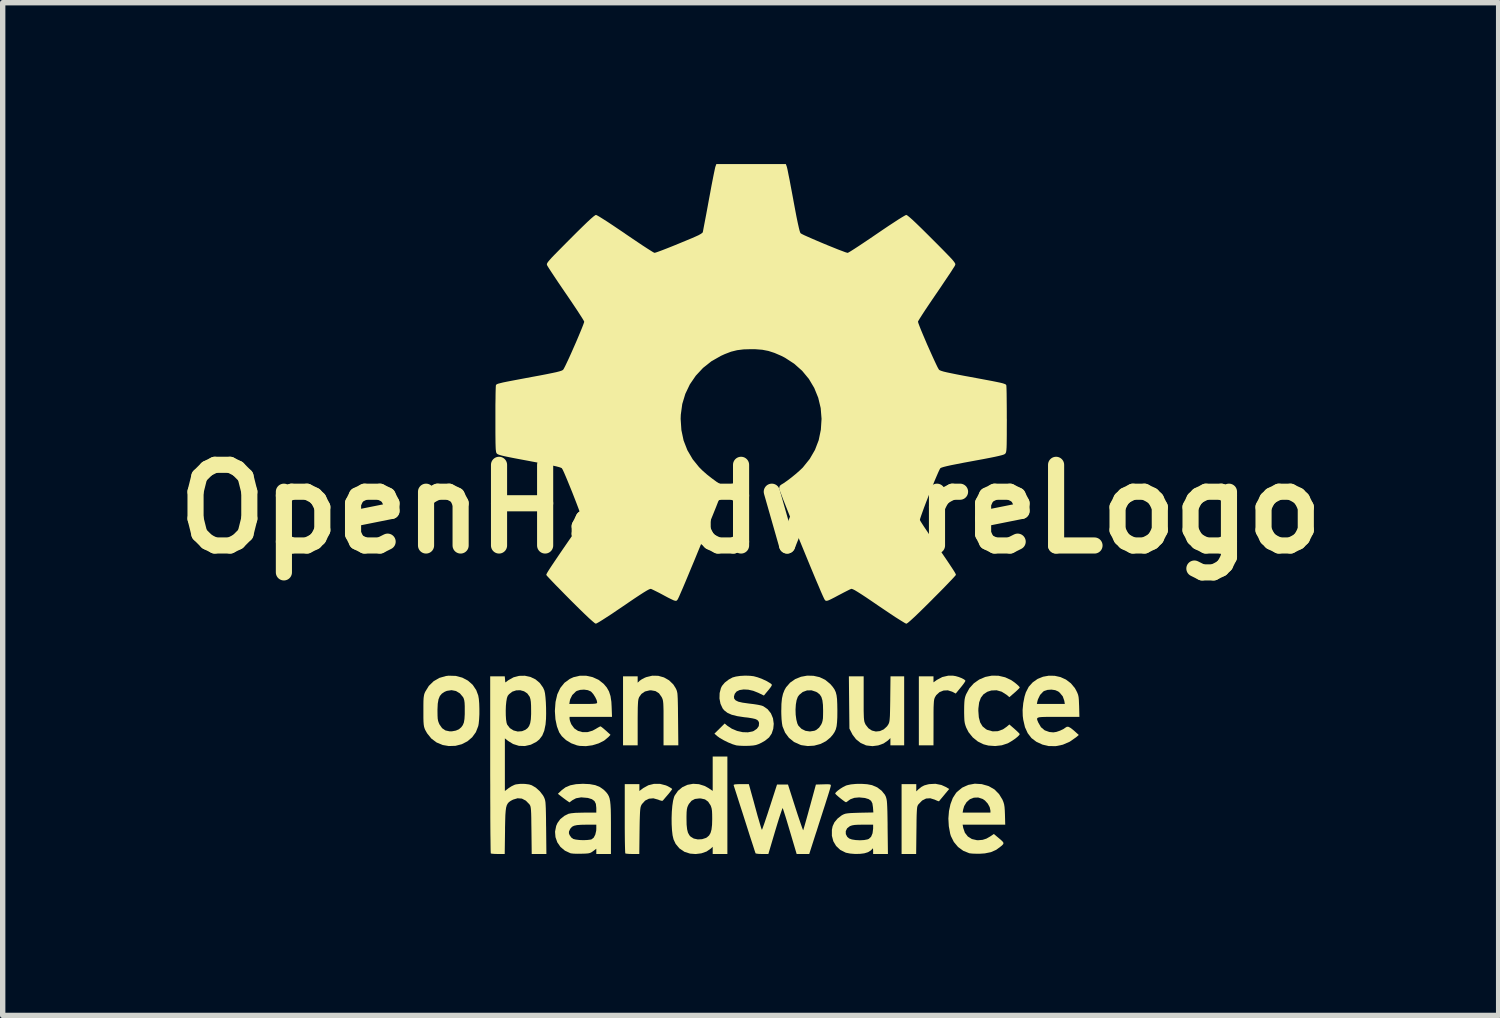
<source format=kicad_pcb>
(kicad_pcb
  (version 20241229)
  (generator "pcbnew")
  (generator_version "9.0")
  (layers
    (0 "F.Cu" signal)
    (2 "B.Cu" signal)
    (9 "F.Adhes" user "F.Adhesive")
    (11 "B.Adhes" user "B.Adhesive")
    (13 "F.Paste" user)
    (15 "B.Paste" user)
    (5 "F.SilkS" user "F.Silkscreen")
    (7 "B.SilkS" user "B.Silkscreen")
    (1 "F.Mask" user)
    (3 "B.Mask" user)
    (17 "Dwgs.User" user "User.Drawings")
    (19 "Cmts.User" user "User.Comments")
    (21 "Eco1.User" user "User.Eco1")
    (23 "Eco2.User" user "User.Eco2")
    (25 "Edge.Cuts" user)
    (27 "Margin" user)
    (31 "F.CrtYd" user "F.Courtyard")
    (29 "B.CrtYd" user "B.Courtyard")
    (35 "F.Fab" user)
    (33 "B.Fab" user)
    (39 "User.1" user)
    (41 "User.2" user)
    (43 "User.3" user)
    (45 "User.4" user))
  (footprint "OpenHardwareLogo"
    (layer "F.Cu")
    (at 10.907 6.414)
    (property "Reference" "OpenHardwareLogo" (at 0 0 0) (layer "F.SilkS") (effects (font (size 1.5 1.5) (thickness 0.3))))
    (attr board_only exclude_from_pos_files exclude_from_bom)
    (fp_poly (pts (xy 3.812 3.107) (xy 3.871 3.124) (xy 3.926 3.146) (xy 3.969 3.169) (xy 3.991 3.189) (xy 3.993 3.195) (xy 3.983 3.214) (xy 3.958 3.251) (xy 3.921 3.299) (xy 3.903 3.321) (xy 3.813 3.431) (xy 3.748 3.397) (xy 3.666 3.371) (xy 3.585 3.375) (xy 3.511 3.405) (xy 3.451 3.46) (xy 3.428 3.497) (xy 3.419 3.517) (xy 3.412 3.542) (xy 3.407 3.577) (xy 3.404 3.625) (xy 3.401 3.69) (xy 3.4 3.777) (xy 3.4 3.889) (xy 3.4 3.973) (xy 3.399 4.394) (xy 3.263 4.394) (xy 3.127 4.394) (xy 3.127 3.752) (xy 3.127 3.111) (xy 3.263 3.111) (xy 3.399 3.111) (xy 3.399 3.167) (xy 3.399 3.223) (xy 3.463 3.177) (xy 3.563 3.124) (xy 3.676 3.098) (xy 3.757 3.098)) (stroke (width 0) (type solid)) (fill yes) (layer "F.SilkS"))
    (fp_poly (pts (xy 3.546 5.131) (xy 3.63 5.169) (xy 3.691 5.206) (xy 3.598 5.317) (xy 3.557 5.367) (xy 3.524 5.406) (xy 3.505 5.43) (xy 3.502 5.434) (xy 3.486 5.431) (xy 3.451 5.417) (xy 3.423 5.404) (xy 3.339 5.378) (xy 3.261 5.383) (xy 3.188 5.42) (xy 3.121 5.489) (xy 3.12 5.49) (xy 3.11 5.505) (xy 3.102 5.522) (xy 3.096 5.546) (xy 3.092 5.581) (xy 3.089 5.63) (xy 3.086 5.697) (xy 3.084 5.787) (xy 3.083 5.902) (xy 3.082 5.974) (xy 3.077 6.414) (xy 2.942 6.414) (xy 2.806 6.414) (xy 2.806 5.765) (xy 2.806 5.115) (xy 2.942 5.115) (xy 3.079 5.115) (xy 3.079 5.182) (xy 3.079 5.25) (xy 3.123 5.208) (xy 3.174 5.167) (xy 3.227 5.139) (xy 3.296 5.12) (xy 3.323 5.115) (xy 3.435 5.109)) (stroke (width 0) (type solid)) (fill yes) (layer "F.SilkS"))
    (fp_poly (pts (xy 2.101 3.525) (xy 2.101 3.652) (xy 2.101 3.75) (xy 2.103 3.825) (xy 2.105 3.881) (xy 2.109 3.922) (xy 2.114 3.952) (xy 2.122 3.976) (xy 2.132 3.998) (xy 2.137 4.009) (xy 2.189 4.076) (xy 2.254 4.119) (xy 2.328 4.137) (xy 2.403 4.129) (xy 2.474 4.097) (xy 2.536 4.04) (xy 2.557 4.009) (xy 2.567 3.99) (xy 2.575 3.968) (xy 2.581 3.94) (xy 2.585 3.901) (xy 2.589 3.847) (xy 2.591 3.774) (xy 2.593 3.677) (xy 2.595 3.554) (xy 2.595 3.532) (xy 2.6 3.111) (xy 2.727 3.111) (xy 2.854 3.111) (xy 2.854 3.752) (xy 2.854 4.394) (xy 2.726 4.394) (xy 2.598 4.394) (xy 2.598 4.327) (xy 2.598 4.259) (xy 2.554 4.302) (xy 2.472 4.359) (xy 2.373 4.395) (xy 2.265 4.409) (xy 2.158 4.397) (xy 2.139 4.392) (xy 2.044 4.349) (xy 1.959 4.281) (xy 1.894 4.196) (xy 1.885 4.178) (xy 1.836 4.083) (xy 1.831 3.597) (xy 1.826 3.111) (xy 1.963 3.111) (xy 2.101 3.111)) (stroke (width 0) (type solid)) (fill yes) (layer "F.SilkS"))
    (fp_poly (pts (xy -1.686 5.11) (xy -1.578 5.138) (xy -1.543 5.153) (xy -1.498 5.178) (xy -1.468 5.197) (xy -1.459 5.207) (xy -1.469 5.223) (xy -1.495 5.257) (xy -1.531 5.302) (xy -1.542 5.314) (xy -1.583 5.362) (xy -1.615 5.4) (xy -1.634 5.422) (xy -1.636 5.424) (xy -1.655 5.425) (xy -1.693 5.415) (xy -1.722 5.403) (xy -1.809 5.379) (xy -1.891 5.386) (xy -1.963 5.422) (xy -2.021 5.486) (xy -2.033 5.506) (xy -2.041 5.525) (xy -2.048 5.55) (xy -2.053 5.586) (xy -2.057 5.636) (xy -2.06 5.704) (xy -2.063 5.794) (xy -2.065 5.91) (xy -2.066 5.985) (xy -2.071 6.414) (xy -2.195 6.414) (xy -2.256 6.413) (xy -2.303 6.409) (xy -2.329 6.405) (xy -2.33 6.403) (xy -2.333 6.386) (xy -2.335 6.339) (xy -2.337 6.268) (xy -2.339 6.174) (xy -2.34 6.063) (xy -2.341 5.937) (xy -2.341 5.8) (xy -2.341 5.754) (xy -2.341 5.115) (xy -2.205 5.115) (xy -2.069 5.115) (xy -2.069 5.179) (xy -2.069 5.243) (xy -1.996 5.188) (xy -1.902 5.136) (xy -1.797 5.11)) (stroke (width 0) (type solid)) (fill yes) (layer "F.SilkS"))
    (fp_poly (pts (xy -1.719 3.101) (xy -1.612 3.131) (xy -1.517 3.185) (xy -1.438 3.262) (xy -1.395 3.33) (xy -1.384 3.352) (xy -1.375 3.374) (xy -1.368 3.399) (xy -1.362 3.43) (xy -1.359 3.472) (xy -1.356 3.529) (xy -1.354 3.604) (xy -1.352 3.702) (xy -1.351 3.826) (xy -1.35 3.901) (xy -1.345 4.394) (xy -1.482 4.394) (xy -1.62 4.394) (xy -1.62 3.98) (xy -1.62 3.854) (xy -1.62 3.755) (xy -1.622 3.68) (xy -1.624 3.624) (xy -1.628 3.583) (xy -1.633 3.552) (xy -1.641 3.527) (xy -1.651 3.505) (xy -1.656 3.495) (xy -1.705 3.426) (xy -1.77 3.385) (xy -1.851 3.371) (xy -1.881 3.372) (xy -1.966 3.393) (xy -2.031 3.438) (xy -2.073 3.497) (xy -2.081 3.517) (xy -2.088 3.542) (xy -2.093 3.577) (xy -2.096 3.625) (xy -2.099 3.69) (xy -2.1 3.777) (xy -2.101 3.889) (xy -2.101 3.973) (xy -2.101 4.394) (xy -2.237 4.394) (xy -2.373 4.394) (xy -2.373 3.752) (xy -2.373 3.111) (xy -2.237 3.111) (xy -2.101 3.111) (xy -2.101 3.17) (xy -2.101 3.229) (xy -2.063 3.193) (xy -2.026 3.167) (xy -1.973 3.139) (xy -1.942 3.126) (xy -1.83 3.099)) (stroke (width 0) (type solid)) (fill yes) (layer "F.SilkS"))
    (fp_poly (pts (xy 4.608 3.1) (xy 4.732 3.129) (xy 4.842 3.18) (xy 4.887 3.211) (xy 4.933 3.246) (xy 4.973 3.281) (xy 4.998 3.308) (xy 5.003 3.319) (xy 4.992 3.334) (xy 4.962 3.364) (xy 4.919 3.404) (xy 4.907 3.414) (xy 4.81 3.498) (xy 4.758 3.454) (xy 4.668 3.397) (xy 4.573 3.37) (xy 4.475 3.374) (xy 4.4 3.398) (xy 4.33 3.444) (xy 4.28 3.509) (xy 4.248 3.596) (xy 4.234 3.708) (xy 4.233 3.752) (xy 4.242 3.873) (xy 4.267 3.968) (xy 4.311 4.041) (xy 4.374 4.093) (xy 4.4 4.107) (xy 4.498 4.134) (xy 4.595 4.131) (xy 4.69 4.097) (xy 4.758 4.05) (xy 4.81 4.006) (xy 4.907 4.09) (xy 4.952 4.131) (xy 4.986 4.164) (xy 5.002 4.184) (xy 5.003 4.186) (xy 4.99 4.207) (xy 4.957 4.239) (xy 4.91 4.276) (xy 4.855 4.313) (xy 4.801 4.345) (xy 4.779 4.357) (xy 4.669 4.393) (xy 4.546 4.407) (xy 4.42 4.398) (xy 4.33 4.375) (xy 4.224 4.323) (xy 4.129 4.246) (xy 4.052 4.151) (xy 4.008 4.065) (xy 3.992 4.021) (xy 3.981 3.98) (xy 3.974 3.933) (xy 3.971 3.872) (xy 3.969 3.79) (xy 3.969 3.752) (xy 3.97 3.66) (xy 3.973 3.592) (xy 3.978 3.54) (xy 3.987 3.497) (xy 4.001 3.456) (xy 4.006 3.444) (xy 4.067 3.332) (xy 4.15 3.24) (xy 4.25 3.17) (xy 4.363 3.122) (xy 4.484 3.098)) (stroke (width 0) (type solid)) (fill yes) (layer "F.SilkS"))
    (fp_poly (pts (xy 4.296 5.115) (xy 4.3 5.116) (xy 4.427 5.153) (xy 4.533 5.214) (xy 4.618 5.3) (xy 4.681 5.403) (xy 4.699 5.447) (xy 4.712 5.49) (xy 4.72 5.54) (xy 4.725 5.606) (xy 4.728 5.681) (xy 4.733 5.869) (xy 4.337 5.869) (xy 3.941 5.869) (xy 3.952 5.929) (xy 3.983 6.019) (xy 4.038 6.089) (xy 4.113 6.136) (xy 4.205 6.157) (xy 4.232 6.158) (xy 4.313 6.151) (xy 4.384 6.128) (xy 4.459 6.085) (xy 4.461 6.083) (xy 4.521 6.042) (xy 4.599 6.107) (xy 4.655 6.154) (xy 4.688 6.187) (xy 4.701 6.21) (xy 4.695 6.231) (xy 4.673 6.255) (xy 4.655 6.27) (xy 4.565 6.337) (xy 4.467 6.38) (xy 4.354 6.403) (xy 4.265 6.409) (xy 4.193 6.409) (xy 4.127 6.407) (xy 4.079 6.402) (xy 4.065 6.4) (xy 3.953 6.355) (xy 3.856 6.284) (xy 3.778 6.191) (xy 3.723 6.081) (xy 3.71 6.039) (xy 3.684 5.898) (xy 3.676 5.755) (xy 3.685 5.644) (xy 3.941 5.644) (xy 4.199 5.644) (xy 4.458 5.644) (xy 4.458 5.608) (xy 4.444 5.543) (xy 4.408 5.477) (xy 4.356 5.42) (xy 4.314 5.391) (xy 4.231 5.364) (xy 4.15 5.367) (xy 4.076 5.396) (xy 4.015 5.449) (xy 3.97 5.523) (xy 3.952 5.584) (xy 3.941 5.644) (xy 3.685 5.644) (xy 3.687 5.616) (xy 3.715 5.487) (xy 3.758 5.373) (xy 3.818 5.28) (xy 3.835 5.261) (xy 3.932 5.181) (xy 4.044 5.13) (xy 4.167 5.107)) (stroke (width 0) (type solid)) (fill yes) (layer "F.SilkS"))
    (fp_poly (pts (xy -0.433 5.508) (xy -0.433 6.414) (xy -0.569 6.414) (xy -0.706 6.414) (xy -0.706 6.347) (xy -0.706 6.28) (xy -0.742 6.314) (xy -0.82 6.368) (xy -0.917 6.402) (xy -1.022 6.415) (xy -1.127 6.407) (xy -1.225 6.376) (xy -1.232 6.373) (xy -1.325 6.31) (xy -1.395 6.226) (xy -1.434 6.142) (xy -1.452 6.066) (xy -1.463 5.97) (xy -1.469 5.86) (xy -1.47 5.757) (xy -1.193 5.757) (xy -1.191 5.868) (xy -1.182 5.953) (xy -1.166 6.017) (xy -1.141 6.064) (xy -1.117 6.091) (xy -1.058 6.127) (xy -0.983 6.143) (xy -0.904 6.139) (xy -0.83 6.115) (xy -0.812 6.104) (xy -0.773 6.07) (xy -0.746 6.023) (xy -0.728 5.959) (xy -0.718 5.872) (xy -0.715 5.765) (xy -0.716 5.677) (xy -0.719 5.613) (xy -0.726 5.567) (xy -0.737 5.531) (xy -0.746 5.509) (xy -0.792 5.44) (xy -0.849 5.399) (xy -0.925 5.382) (xy -0.954 5.381) (xy -1.036 5.391) (xy -1.099 5.424) (xy -1.148 5.483) (xy -1.162 5.509) (xy -1.177 5.544) (xy -1.186 5.584) (xy -1.191 5.636) (xy -1.193 5.709) (xy -1.193 5.757) (xy -1.47 5.757) (xy -1.47 5.744) (xy -1.466 5.628) (xy -1.457 5.52) (xy -1.443 5.426) (xy -1.424 5.353) (xy -1.413 5.328) (xy -1.351 5.239) (xy -1.27 5.172) (xy -1.175 5.128) (xy -1.07 5.109) (xy -0.962 5.116) (xy -0.856 5.149) (xy -0.785 5.188) (xy -0.706 5.241) (xy -0.706 4.922) (xy -0.706 4.602) (xy -0.569 4.602) (xy -0.433 4.602)) (stroke (width 0) (type solid)) (fill yes) (layer "F.SilkS"))
    (fp_poly (pts (xy 5.653 3.101) (xy 5.761 3.125) (xy 5.862 3.171) (xy 5.953 3.24) (xy 6.028 3.33) (xy 6.053 3.375) (xy 6.074 3.418) (xy 6.088 3.455) (xy 6.097 3.497) (xy 6.102 3.549) (xy 6.105 3.622) (xy 6.107 3.667) (xy 6.112 3.865) (xy 5.718 3.865) (xy 5.592 3.864) (xy 5.494 3.865) (xy 5.422 3.867) (xy 5.372 3.871) (xy 5.342 3.879) (xy 5.327 3.891) (xy 5.325 3.909) (xy 5.332 3.933) (xy 5.345 3.964) (xy 5.349 3.973) (xy 5.398 4.057) (xy 5.467 4.115) (xy 5.554 4.146) (xy 5.628 4.153) (xy 5.685 4.144) (xy 5.752 4.121) (xy 5.816 4.09) (xy 5.855 4.063) (xy 5.881 4.048) (xy 5.911 4.05) (xy 5.951 4.072) (xy 6.005 4.115) (xy 6.021 4.129) (xy 6.101 4.201) (xy 6.053 4.242) (xy 5.933 4.326) (xy 5.804 4.382) (xy 5.671 4.409) (xy 5.538 4.407) (xy 5.425 4.38) (xy 5.312 4.328) (xy 5.221 4.259) (xy 5.151 4.168) (xy 5.1 4.056) (xy 5.068 3.918) (xy 5.059 3.848) (xy 5.056 3.735) (xy 5.067 3.624) (xy 5.321 3.624) (xy 5.581 3.624) (xy 5.841 3.624) (xy 5.831 3.564) (xy 5.803 3.484) (xy 5.746 3.415) (xy 5.718 3.392) (xy 5.663 3.368) (xy 5.593 3.358) (xy 5.52 3.363) (xy 5.458 3.383) (xy 5.441 3.393) (xy 5.381 3.457) (xy 5.341 3.54) (xy 5.332 3.572) (xy 5.321 3.624) (xy 5.067 3.624) (xy 5.068 3.61) (xy 5.092 3.488) (xy 5.116 3.41) (xy 5.17 3.305) (xy 5.245 3.222) (xy 5.335 3.159) (xy 5.436 3.118) (xy 5.543 3.099)) (stroke (width 0) (type solid)) (fill yes) (layer "F.SilkS"))
    (fp_poly (pts (xy -3.057 3.1) (xy -2.938 3.126) (xy -2.828 3.176) (xy -2.735 3.249) (xy -2.735 3.249) (xy -2.676 3.318) (xy -2.634 3.392) (xy -2.606 3.478) (xy -2.59 3.584) (xy -2.585 3.676) (xy -2.578 3.865) (xy -2.973 3.865) (xy -3.367 3.865) (xy -3.367 3.901) (xy -3.36 3.937) (xy -3.342 3.986) (xy -3.331 4.009) (xy -3.279 4.079) (xy -3.209 4.126) (xy -3.125 4.149) (xy -3.034 4.148) (xy -2.94 4.121) (xy -2.886 4.092) (xy -2.841 4.065) (xy -2.806 4.046) (xy -2.792 4.041) (xy -2.775 4.051) (xy -2.742 4.077) (xy -2.698 4.115) (xy -2.693 4.119) (xy -2.606 4.198) (xy -2.646 4.241) (xy -2.726 4.307) (xy -2.828 4.358) (xy -2.943 4.393) (xy -3.063 4.409) (xy -3.181 4.404) (xy -3.231 4.394) (xy -3.337 4.355) (xy -3.434 4.296) (xy -3.512 4.223) (xy -3.56 4.153) (xy -3.602 4.042) (xy -3.63 3.909) (xy -3.64 3.762) (xy -3.64 3.75) (xy -3.631 3.624) (xy -3.372 3.624) (xy -3.113 3.624) (xy -3.016 3.624) (xy -2.947 3.623) (xy -2.901 3.62) (xy -2.873 3.616) (xy -2.859 3.609) (xy -2.855 3.6) (xy -2.854 3.595) (xy -2.864 3.552) (xy -2.89 3.498) (xy -2.924 3.444) (xy -2.961 3.402) (xy -2.972 3.392) (xy -3.027 3.368) (xy -3.098 3.358) (xy -3.171 3.363) (xy -3.232 3.382) (xy -3.249 3.392) (xy -3.317 3.459) (xy -3.355 3.535) (xy -3.362 3.564) (xy -3.372 3.624) (xy -3.631 3.624) (xy -3.628 3.586) (xy -3.595 3.445) (xy -3.539 3.327) (xy -3.462 3.231) (xy -3.363 3.159) (xy -3.294 3.127) (xy -3.178 3.1)) (stroke (width 0) (type solid)) (fill yes) (layer "F.SilkS"))
    (fp_poly (pts (xy 1.168 3.101) (xy 1.281 3.126) (xy 1.386 3.176) (xy 1.476 3.25) (xy 1.484 3.258) (xy 1.527 3.308) (xy 1.559 3.355) (xy 1.582 3.405) (xy 1.597 3.463) (xy 1.606 3.535) (xy 1.61 3.627) (xy 1.612 3.745) (xy 1.612 3.752) (xy 1.611 3.872) (xy 1.606 3.965) (xy 1.598 4.038) (xy 1.583 4.097) (xy 1.56 4.147) (xy 1.529 4.194) (xy 1.486 4.244) (xy 1.484 4.247) (xy 1.399 4.317) (xy 1.296 4.369) (xy 1.18 4.4) (xy 1.061 4.407) (xy 0.945 4.391) (xy 0.923 4.384) (xy 0.807 4.332) (xy 0.712 4.255) (xy 0.64 4.158) (xy 0.593 4.043) (xy 0.591 4.036) (xy 0.582 3.983) (xy 0.574 3.906) (xy 0.57 3.816) (xy 0.569 3.752) (xy 0.57 3.729) (xy 0.834 3.729) (xy 0.837 3.825) (xy 0.849 3.915) (xy 0.868 3.989) (xy 0.887 4.028) (xy 0.945 4.087) (xy 1.019 4.124) (xy 1.102 4.136) (xy 1.185 4.123) (xy 1.219 4.108) (xy 1.272 4.065) (xy 1.311 4.008) (xy 1.327 3.973) (xy 1.337 3.936) (xy 1.344 3.891) (xy 1.346 3.828) (xy 1.347 3.753) (xy 1.344 3.642) (xy 1.334 3.558) (xy 1.315 3.495) (xy 1.285 3.449) (xy 1.243 3.414) (xy 1.217 3.399) (xy 1.132 3.371) (xy 1.047 3.373) (xy 0.968 3.402) (xy 0.903 3.456) (xy 0.876 3.493) (xy 0.854 3.554) (xy 0.84 3.635) (xy 0.834 3.729) (xy 0.57 3.729) (xy 0.572 3.624) (xy 0.582 3.521) (xy 0.601 3.437) (xy 0.629 3.366) (xy 0.658 3.315) (xy 0.734 3.228) (xy 0.829 3.162) (xy 0.936 3.119) (xy 1.051 3.098)) (stroke (width 0) (type solid)) (fill yes) (layer "F.SilkS"))
    (fp_poly (pts (xy -5.483 3.103) (xy -5.362 3.135) (xy -5.256 3.191) (xy -5.168 3.269) (xy -5.102 3.368) (xy -5.065 3.468) (xy -5.054 3.531) (xy -5.047 3.617) (xy -5.044 3.715) (xy -5.044 3.817) (xy -5.049 3.913) (xy -5.057 3.993) (xy -5.065 4.036) (xy -5.109 4.149) (xy -5.178 4.244) (xy -5.266 4.319) (xy -5.371 4.373) (xy -5.488 4.403) (xy -5.613 4.407) (xy -5.725 4.388) (xy -5.839 4.341) (xy -5.937 4.268) (xy -6.016 4.17) (xy -6.052 4.106) (xy -6.064 4.076) (xy -6.073 4.045) (xy -6.079 4.007) (xy -6.083 3.955) (xy -6.085 3.885) (xy -6.085 3.791) (xy -6.085 3.755) (xy -5.823 3.755) (xy -5.822 3.838) (xy -5.819 3.897) (xy -5.811 3.941) (xy -5.798 3.978) (xy -5.786 4.005) (xy -5.737 4.075) (xy -5.675 4.117) (xy -5.596 4.134) (xy -5.552 4.133) (xy -5.482 4.12) (xy -5.428 4.097) (xy -5.423 4.094) (xy -5.381 4.058) (xy -5.352 4.018) (xy -5.332 3.969) (xy -5.321 3.903) (xy -5.316 3.815) (xy -5.316 3.752) (xy -5.316 3.665) (xy -5.319 3.602) (xy -5.325 3.558) (xy -5.334 3.526) (xy -5.347 3.498) (xy -5.348 3.497) (xy -5.406 3.428) (xy -5.479 3.384) (xy -5.561 3.368) (xy -5.648 3.381) (xy -5.691 3.399) (xy -5.742 3.433) (xy -5.779 3.477) (xy -5.804 3.538) (xy -5.818 3.619) (xy -5.823 3.725) (xy -5.823 3.755) (xy -6.085 3.755) (xy -6.085 3.752) (xy -6.085 3.649) (xy -6.084 3.571) (xy -6.081 3.514) (xy -6.075 3.472) (xy -6.068 3.439) (xy -6.056 3.409) (xy -6.051 3.398) (xy -5.984 3.289) (xy -5.895 3.202) (xy -5.788 3.14) (xy -5.666 3.105) (xy -5.615 3.099)) (stroke (width 0) (type solid)) (fill yes) (layer "F.SilkS"))
    (fp_poly (pts (xy -2.992 5.115) (xy -2.889 5.134) (xy -2.805 5.168) (xy -2.733 5.219) (xy -2.708 5.243) (xy -2.679 5.274) (xy -2.656 5.305) (xy -2.637 5.34) (xy -2.623 5.381) (xy -2.613 5.433) (xy -2.606 5.5) (xy -2.601 5.584) (xy -2.599 5.691) (xy -2.598 5.823) (xy -2.598 5.95) (xy -2.598 6.414) (xy -2.734 6.414) (xy -2.87 6.414) (xy -2.87 6.365) (xy -2.87 6.316) (xy -2.929 6.361) (xy -2.958 6.381) (xy -2.987 6.395) (xy -3.023 6.403) (xy -3.075 6.407) (xy -3.149 6.409) (xy -3.223 6.41) (xy -3.288 6.408) (xy -3.335 6.403) (xy -3.351 6.4) (xy -3.454 6.352) (xy -3.536 6.283) (xy -3.595 6.198) (xy -3.629 6.101) (xy -3.635 6.029) (xy -3.379 6.029) (xy -3.367 6.062) (xy -3.333 6.11) (xy -3.297 6.135) (xy -3.251 6.146) (xy -3.185 6.154) (xy -3.11 6.157) (xy -3.038 6.154) (xy -2.98 6.147) (xy -2.959 6.142) (xy -2.918 6.11) (xy -2.889 6.054) (xy -2.872 5.981) (xy -2.87 5.942) (xy -2.87 5.869) (xy -3.052 5.869) (xy -3.154 5.871) (xy -3.23 5.877) (xy -3.284 5.889) (xy -3.321 5.908) (xy -3.348 5.937) (xy -3.36 5.956) (xy -3.378 5.997) (xy -3.379 6.029) (xy -3.635 6.029) (xy -3.637 5.998) (xy -3.616 5.892) (xy -3.592 5.838) (xy -3.539 5.765) (xy -3.464 5.705) (xy -3.388 5.667) (xy -3.338 5.657) (xy -3.258 5.649) (xy -3.15 5.646) (xy -3.099 5.645) (xy -2.87 5.644) (xy -2.87 5.557) (xy -2.878 5.482) (xy -2.904 5.43) (xy -2.952 5.395) (xy -3.027 5.372) (xy -3.036 5.371) (xy -3.151 5.361) (xy -3.247 5.378) (xy -3.316 5.415) (xy -3.369 5.455) (xy -3.428 5.414) (xy -3.479 5.377) (xy -3.527 5.34) (xy -3.536 5.333) (xy -3.584 5.295) (xy -3.515 5.229) (xy -3.442 5.174) (xy -3.354 5.137) (xy -3.247 5.116) (xy -3.119 5.109)) (stroke (width 0) (type solid)) (fill yes) (layer "F.SilkS"))
    (fp_poly (pts (xy -0.011 3.101) (xy 0.056 3.109) (xy 0.13 3.129) (xy 0.213 3.16) (xy 0.295 3.198) (xy 0.361 3.237) (xy 0.375 3.247) (xy 0.388 3.258) (xy 0.394 3.27) (xy 0.389 3.286) (xy 0.372 3.313) (xy 0.34 3.355) (xy 0.289 3.416) (xy 0.284 3.422) (xy 0.246 3.468) (xy 0.143 3.418) (xy 0.048 3.38) (xy -0.045 3.359) (xy -0.131 3.355) (xy -0.206 3.366) (xy -0.263 3.394) (xy -0.296 3.436) (xy -0.311 3.487) (xy -0.306 3.526) (xy -0.28 3.557) (xy -0.23 3.582) (xy -0.152 3.6) (xy -0.046 3.615) (xy -0.023 3.618) (xy 0.06 3.628) (xy 0.136 3.64) (xy 0.196 3.653) (xy 0.232 3.665) (xy 0.314 3.721) (xy 0.376 3.798) (xy 0.415 3.891) (xy 0.429 3.994) (xy 0.42 4.086) (xy 0.391 4.175) (xy 0.342 4.247) (xy 0.268 4.307) (xy 0.204 4.344) (xy 0.147 4.371) (xy 0.098 4.388) (xy 0.046 4.397) (xy -0.021 4.402) (xy -0.052 4.403) (xy -0.128 4.404) (xy -0.201 4.401) (xy -0.258 4.396) (xy -0.272 4.393) (xy -0.338 4.373) (xy -0.418 4.34) (xy -0.501 4.299) (xy -0.574 4.257) (xy -0.622 4.222) (xy -0.674 4.177) (xy -0.579 4.083) (xy -0.483 3.988) (xy -0.435 4.029) (xy -0.35 4.085) (xy -0.252 4.126) (xy -0.149 4.149) (xy -0.051 4.152) (xy 0.036 4.135) (xy 0.056 4.127) (xy 0.116 4.086) (xy 0.151 4.036) (xy 0.156 3.98) (xy 0.155 3.972) (xy 0.143 3.943) (xy 0.121 3.921) (xy 0.085 3.904) (xy 0.028 3.891) (xy -0.052 3.878) (xy -0.119 3.871) (xy -0.25 3.851) (xy -0.353 3.825) (xy -0.433 3.789) (xy -0.492 3.743) (xy -0.522 3.706) (xy -0.561 3.621) (xy -0.58 3.523) (xy -0.577 3.422) (xy -0.553 3.329) (xy -0.533 3.289) (xy -0.481 3.227) (xy -0.407 3.17) (xy -0.337 3.132) (xy -0.275 3.115) (xy -0.193 3.103) (xy -0.101 3.098)) (stroke (width 0) (type solid)) (fill yes) (layer "F.SilkS"))
    (fp_poly (pts (xy -0.017 5.175) (xy -0.008 5.208) (xy 0.008 5.266) (xy 0.03 5.345) (xy 0.056 5.438) (xy 0.084 5.542) (xy 0.1 5.6) (xy 0.128 5.703) (xy 0.155 5.794) (xy 0.177 5.87) (xy 0.194 5.927) (xy 0.206 5.959) (xy 0.209 5.965) (xy 0.216 5.951) (xy 0.231 5.909) (xy 0.254 5.845) (xy 0.282 5.762) (xy 0.315 5.664) (xy 0.35 5.555) (xy 0.354 5.544) (xy 0.49 5.123) (xy 0.592 5.123) (xy 0.694 5.123) (xy 0.831 5.551) (xy 0.867 5.662) (xy 0.9 5.761) (xy 0.929 5.846) (xy 0.952 5.912) (xy 0.968 5.955) (xy 0.976 5.973) (xy 0.976 5.973) (xy 0.982 5.956) (xy 0.995 5.912) (xy 1.014 5.846) (xy 1.038 5.761) (xy 1.066 5.661) (xy 1.096 5.55) (xy 1.098 5.545) (xy 1.213 5.123) (xy 1.352 5.119) (xy 1.421 5.117) (xy 1.463 5.119) (xy 1.485 5.125) (xy 1.491 5.137) (xy 1.491 5.138) (xy 1.487 5.16) (xy 1.474 5.208) (xy 1.454 5.274) (xy 1.429 5.354) (xy 1.412 5.407) (xy 1.384 5.496) (xy 1.348 5.607) (xy 1.308 5.732) (xy 1.266 5.862) (xy 1.226 5.989) (xy 1.211 6.033) (xy 1.089 6.414) (xy 0.972 6.414) (xy 0.855 6.414) (xy 0.73 5.993) (xy 0.697 5.882) (xy 0.667 5.782) (xy 0.64 5.695) (xy 0.618 5.627) (xy 0.603 5.581) (xy 0.596 5.561) (xy 0.595 5.561) (xy 0.588 5.573) (xy 0.574 5.612) (xy 0.553 5.674) (xy 0.526 5.756) (xy 0.496 5.853) (xy 0.463 5.962) (xy 0.457 5.982) (xy 0.329 6.414) (xy 0.213 6.414) (xy 0.156 6.413) (xy 0.113 6.408) (xy 0.092 6.403) (xy 0.091 6.402) (xy 0.085 6.385) (xy 0.07 6.34) (xy 0.048 6.271) (xy 0.019 6.182) (xy -0.016 6.075) (xy -0.054 5.955) (xy -0.096 5.823) (xy -0.112 5.773) (xy -0.155 5.638) (xy -0.196 5.512) (xy -0.232 5.399) (xy -0.263 5.302) (xy -0.288 5.224) (xy -0.306 5.168) (xy -0.315 5.139) (xy -0.317 5.135) (xy -0.312 5.125) (xy -0.287 5.119) (xy -0.237 5.116) (xy -0.179 5.115) (xy -0.034 5.115)) (stroke (width 0) (type solid)) (fill yes) (layer "F.SilkS"))
    (fp_poly (pts (xy 2.166 5.117) (xy 2.251 5.133) (xy 2.261 5.136) (xy 2.354 5.176) (xy 2.434 5.237) (xy 2.494 5.31) (xy 2.511 5.343) (xy 2.519 5.366) (xy 2.526 5.393) (xy 2.532 5.428) (xy 2.536 5.476) (xy 2.539 5.538) (xy 2.542 5.621) (xy 2.544 5.726) (xy 2.546 5.859) (xy 2.546 5.913) (xy 2.552 6.414) (xy 2.415 6.414) (xy 2.277 6.414) (xy 2.277 6.354) (xy 2.275 6.318) (xy 2.269 6.309) (xy 2.259 6.323) (xy 2.234 6.348) (xy 2.192 6.375) (xy 2.175 6.383) (xy 2.112 6.402) (xy 2.029 6.412) (xy 1.938 6.413) (xy 1.849 6.406) (xy 1.774 6.391) (xy 1.765 6.388) (xy 1.666 6.338) (xy 1.589 6.266) (xy 1.537 6.178) (xy 1.51 6.076) (xy 1.51 5.989) (xy 1.768 5.989) (xy 1.769 6.044) (xy 1.796 6.096) (xy 1.832 6.126) (xy 1.882 6.144) (xy 1.952 6.155) (xy 2.031 6.159) (xy 2.108 6.155) (xy 2.172 6.143) (xy 2.197 6.133) (xy 2.239 6.094) (xy 2.266 6.029) (xy 2.277 5.942) (xy 2.277 5.929) (xy 2.277 5.869) (xy 2.089 5.869) (xy 1.998 5.87) (xy 1.933 5.874) (xy 1.886 5.882) (xy 1.851 5.894) (xy 1.844 5.897) (xy 1.793 5.937) (xy 1.768 5.989) (xy 1.51 5.989) (xy 1.51 5.965) (xy 1.524 5.897) (xy 1.558 5.824) (xy 1.616 5.755) (xy 1.689 5.698) (xy 1.706 5.688) (xy 1.735 5.674) (xy 1.766 5.664) (xy 1.806 5.658) (xy 1.861 5.653) (xy 1.937 5.65) (xy 2.026 5.647) (xy 2.281 5.642) (xy 2.274 5.546) (xy 2.263 5.473) (xy 2.238 5.425) (xy 2.194 5.394) (xy 2.125 5.373) (xy 2.117 5.372) (xy 2.017 5.362) (xy 1.928 5.37) (xy 1.855 5.396) (xy 1.829 5.414) (xy 1.796 5.439) (xy 1.774 5.452) (xy 1.772 5.452) (xy 1.754 5.443) (xy 1.719 5.418) (xy 1.677 5.386) (xy 1.633 5.35) (xy 1.597 5.318) (xy 1.575 5.296) (xy 1.571 5.291) (xy 1.584 5.268) (xy 1.618 5.237) (xy 1.665 5.202) (xy 1.718 5.169) (xy 1.768 5.144) (xy 1.786 5.137) (xy 1.864 5.12) (xy 1.96 5.111) (xy 2.065 5.11)) (stroke (width 0) (type solid)) (fill yes) (layer "F.SilkS"))
    (fp_poly (pts (xy -4.095 3.122) (xy -4.001 3.167) (xy -3.921 3.234) (xy -3.86 3.32) (xy -3.836 3.374) (xy -3.824 3.426) (xy -3.815 3.502) (xy -3.808 3.595) (xy -3.804 3.698) (xy -3.803 3.802) (xy -3.805 3.9) (xy -3.812 3.985) (xy -3.814 4.007) (xy -3.838 4.123) (xy -3.875 4.213) (xy -3.929 4.284) (xy -3.981 4.327) (xy -4.087 4.382) (xy -4.198 4.407) (xy -4.31 4.403) (xy -4.418 4.369) (xy -4.51 4.312) (xy -4.57 4.264) (xy -4.57 4.754) (xy -4.57 5.243) (xy -4.498 5.188) (xy -4.445 5.154) (xy -4.391 5.128) (xy -4.365 5.12) (xy -4.285 5.11) (xy -4.198 5.111) (xy -4.119 5.121) (xy -4.071 5.136) (xy -3.994 5.181) (xy -3.921 5.247) (xy -3.862 5.323) (xy -3.845 5.353) (xy -3.835 5.375) (xy -3.827 5.397) (xy -3.82 5.424) (xy -3.815 5.458) (xy -3.812 5.504) (xy -3.809 5.565) (xy -3.807 5.646) (xy -3.805 5.75) (xy -3.804 5.881) (xy -3.803 5.921) (xy -3.798 6.414) (xy -3.935 6.414) (xy -4.071 6.414) (xy -4.076 5.974) (xy -4.078 5.844) (xy -4.079 5.741) (xy -4.081 5.662) (xy -4.084 5.604) (xy -4.088 5.563) (xy -4.093 5.534) (xy -4.1 5.513) (xy -4.109 5.498) (xy -4.114 5.49) (xy -4.181 5.422) (xy -4.254 5.384) (xy -4.334 5.378) (xy -4.417 5.403) (xy -4.425 5.407) (xy -4.463 5.427) (xy -4.493 5.448) (xy -4.516 5.474) (xy -4.534 5.507) (xy -4.547 5.552) (xy -4.555 5.612) (xy -4.561 5.691) (xy -4.564 5.794) (xy -4.567 5.923) (xy -4.567 5.985) (xy -4.573 6.414) (xy -4.697 6.414) (xy -4.757 6.413) (xy -4.805 6.409) (xy -4.83 6.405) (xy -4.832 6.403) (xy -4.833 6.386) (xy -4.835 6.339) (xy -4.836 6.264) (xy -4.837 6.164) (xy -4.839 6.04) (xy -4.84 5.894) (xy -4.841 5.73) (xy -4.841 5.548) (xy -4.842 5.351) (xy -4.842 5.142) (xy -4.843 4.922) (xy -4.843 4.752) (xy -4.843 3.746) (xy -4.554 3.746) (xy -4.553 3.834) (xy -4.548 3.913) (xy -4.538 3.976) (xy -4.527 4.009) (xy -4.477 4.074) (xy -4.409 4.117) (xy -4.331 4.137) (xy -4.251 4.131) (xy -4.188 4.105) (xy -4.148 4.074) (xy -4.119 4.034) (xy -4.099 3.981) (xy -4.087 3.909) (xy -4.082 3.813) (xy -4.082 3.752) (xy -4.083 3.656) (xy -4.087 3.586) (xy -4.095 3.535) (xy -4.107 3.496) (xy -4.108 3.492) (xy -4.152 3.43) (xy -4.213 3.389) (xy -4.285 3.369) (xy -4.36 3.372) (xy -4.432 3.396) (xy -4.493 3.444) (xy -4.517 3.474) (xy -4.532 3.515) (xy -4.543 3.579) (xy -4.551 3.659) (xy -4.554 3.746) (xy -4.843 3.746) (xy -4.843 3.111) (xy -4.707 3.111) (xy -4.572 3.111) (xy -4.567 3.168) (xy -4.562 3.225) (xy -4.507 3.184) (xy -4.409 3.129) (xy -4.304 3.102) (xy -4.198 3.1)) (stroke (width 0) (type solid)) (fill yes) (layer "F.SilkS"))
    (fp_poly (pts (xy 0.67 -6.37) (xy 0.677 -6.345) (xy 0.689 -6.291) (xy 0.704 -6.214) (xy 0.724 -6.117) (xy 0.745 -6.003) (xy 0.769 -5.877) (xy 0.794 -5.743) (xy 0.794 -5.741) (xy 0.826 -5.57) (xy 0.853 -5.429) (xy 0.876 -5.318) (xy 0.895 -5.233) (xy 0.91 -5.173) (xy 0.922 -5.138) (xy 0.929 -5.127) (xy 0.95 -5.114) (xy 0.996 -5.091) (xy 1.063 -5.061) (xy 1.145 -5.025) (xy 1.238 -4.985) (xy 1.337 -4.943) (xy 1.438 -4.901) (xy 1.535 -4.862) (xy 1.624 -4.826) (xy 1.701 -4.797) (xy 1.759 -4.775) (xy 1.796 -4.764) (xy 1.804 -4.763) (xy 1.822 -4.771) (xy 1.864 -4.796) (xy 1.927 -4.836) (xy 2.007 -4.888) (xy 2.1 -4.95) (xy 2.206 -5.021) (xy 2.319 -5.098) (xy 2.344 -5.115) (xy 2.46 -5.194) (xy 2.567 -5.266) (xy 2.665 -5.33) (xy 2.749 -5.385) (xy 2.817 -5.427) (xy 2.865 -5.455) (xy 2.891 -5.468) (xy 2.893 -5.468) (xy 2.913 -5.458) (xy 2.951 -5.428) (xy 3.008 -5.378) (xy 3.084 -5.306) (xy 3.181 -5.212) (xy 3.299 -5.095) (xy 3.372 -5.022) (xy 3.485 -4.909) (xy 3.576 -4.817) (xy 3.649 -4.742) (xy 3.705 -4.684) (xy 3.747 -4.639) (xy 3.775 -4.605) (xy 3.793 -4.58) (xy 3.803 -4.562) (xy 3.805 -4.549) (xy 3.803 -4.537) (xy 3.802 -4.535) (xy 3.79 -4.512) (xy 3.761 -4.467) (xy 3.719 -4.401) (xy 3.664 -4.319) (xy 3.6 -4.224) (xy 3.529 -4.118) (xy 3.452 -4.005) (xy 3.449 -4.001) (xy 3.372 -3.888) (xy 3.302 -3.784) (xy 3.239 -3.69) (xy 3.187 -3.61) (xy 3.147 -3.547) (xy 3.121 -3.504) (xy 3.111 -3.485) (xy 3.111 -3.484) (xy 3.117 -3.459) (xy 3.135 -3.41) (xy 3.162 -3.341) (xy 3.197 -3.257) (xy 3.237 -3.163) (xy 3.28 -3.062) (xy 3.325 -2.961) (xy 3.369 -2.863) (xy 3.41 -2.773) (xy 3.446 -2.696) (xy 3.475 -2.636) (xy 3.496 -2.599) (xy 3.503 -2.589) (xy 3.518 -2.579) (xy 3.546 -2.568) (xy 3.588 -2.555) (xy 3.647 -2.541) (xy 3.728 -2.524) (xy 3.831 -2.503) (xy 3.961 -2.478) (xy 4.082 -2.456) (xy 4.243 -2.426) (xy 4.376 -2.401) (xy 4.483 -2.381) (xy 4.567 -2.364) (xy 4.63 -2.351) (xy 4.677 -2.34) (xy 4.709 -2.33) (xy 4.73 -2.322) (xy 4.743 -2.315) (xy 4.75 -2.307) (xy 4.753 -2.3) (xy 4.755 -2.278) (xy 4.757 -2.229) (xy 4.759 -2.154) (xy 4.76 -2.059) (xy 4.761 -1.946) (xy 4.762 -1.82) (xy 4.762 -1.684) (xy 4.763 -1.668) (xy 4.762 -1.512) (xy 4.762 -1.384) (xy 4.761 -1.282) (xy 4.76 -1.203) (xy 4.758 -1.143) (xy 4.755 -1.1) (xy 4.751 -1.07) (xy 4.746 -1.05) (xy 4.739 -1.037) (xy 4.734 -1.03) (xy 4.722 -1.02) (xy 4.699 -1.01) (xy 4.662 -0.999) (xy 4.61 -0.986) (xy 4.538 -0.97) (xy 4.444 -0.951) (xy 4.325 -0.928) (xy 4.178 -0.901) (xy 4.13 -0.892) (xy 3.967 -0.862) (xy 3.834 -0.836) (xy 3.727 -0.815) (xy 3.646 -0.797) (xy 3.587 -0.782) (xy 3.549 -0.77) (xy 3.529 -0.76) (xy 3.526 -0.758) (xy 3.513 -0.735) (xy 3.49 -0.687) (xy 3.46 -0.618) (xy 3.424 -0.534) (xy 3.385 -0.438) (xy 3.344 -0.336) (xy 3.302 -0.23) (xy 3.262 -0.127) (xy 3.225 -0.03) (xy 3.194 0.056) (xy 3.169 0.126) (xy 3.152 0.177) (xy 3.146 0.203) (xy 3.147 0.205) (xy 3.157 0.225) (xy 3.184 0.268) (xy 3.224 0.33) (xy 3.276 0.407) (xy 3.336 0.497) (xy 3.403 0.595) (xy 3.424 0.625) (xy 3.522 0.768) (xy 3.603 0.887) (xy 3.669 0.984) (xy 3.72 1.061) (xy 3.759 1.12) (xy 3.787 1.164) (xy 3.805 1.195) (xy 3.814 1.215) (xy 3.816 1.225) (xy 3.805 1.239) (xy 3.774 1.274) (xy 3.725 1.326) (xy 3.66 1.394) (xy 3.583 1.474) (xy 3.495 1.563) (xy 3.398 1.66) (xy 3.372 1.687) (xy 3.242 1.816) (xy 3.132 1.924) (xy 3.042 2.01) (xy 2.973 2.073) (xy 2.925 2.114) (xy 2.898 2.132) (xy 2.895 2.132) (xy 2.874 2.124) (xy 2.831 2.098) (xy 2.768 2.059) (xy 2.687 2.008) (xy 2.594 1.946) (xy 2.49 1.876) (xy 2.383 1.804) (xy 2.25 1.713) (xy 2.142 1.64) (xy 2.055 1.583) (xy 1.987 1.54) (xy 1.937 1.51) (xy 1.901 1.492) (xy 1.879 1.485) (xy 1.87 1.485) (xy 1.843 1.496) (xy 1.795 1.52) (xy 1.732 1.552) (xy 1.66 1.59) (xy 1.646 1.597) (xy 1.558 1.644) (xy 1.493 1.677) (xy 1.448 1.698) (xy 1.418 1.707) (xy 1.399 1.707) (xy 1.386 1.698) (xy 1.374 1.682) (xy 1.373 1.681) (xy 1.36 1.655) (xy 1.336 1.603) (xy 1.303 1.528) (xy 1.263 1.433) (xy 1.215 1.321) (xy 1.162 1.194) (xy 1.105 1.057) (xy 1.045 0.911) (xy 0.983 0.76) (xy 0.92 0.607) (xy 0.858 0.455) (xy 0.798 0.306) (xy 0.741 0.165) (xy 0.688 0.033) (xy 0.641 -0.086) (xy 0.6 -0.189) (xy 0.568 -0.274) (xy 0.544 -0.336) (xy 0.531 -0.374) (xy 0.529 -0.384) (xy 0.54 -0.429) (xy 0.565 -0.451) (xy 0.616 -0.482) (xy 0.683 -0.529) (xy 0.758 -0.586) (xy 0.834 -0.648) (xy 0.903 -0.708) (xy 0.958 -0.76) (xy 0.97 -0.772) (xy 1.098 -0.931) (xy 1.196 -1.1) (xy 1.265 -1.28) (xy 1.305 -1.474) (xy 1.318 -1.676) (xy 1.302 -1.877) (xy 1.256 -2.069) (xy 1.182 -2.251) (xy 1.082 -2.419) (xy 0.957 -2.57) (xy 0.808 -2.702) (xy 0.639 -2.812) (xy 0.569 -2.848) (xy 0.444 -2.902) (xy 0.33 -2.939) (xy 0.216 -2.961) (xy 0.088 -2.971) (xy 0.008 -2.972) (xy -0.132 -2.968) (xy -0.252 -2.953) (xy -0.365 -2.925) (xy -0.482 -2.88) (xy -0.552 -2.848) (xy -0.73 -2.747) (xy -0.886 -2.623) (xy -1.02 -2.479) (xy -1.131 -2.317) (xy -1.215 -2.141) (xy -1.272 -1.952) (xy -1.299 -1.754) (xy -1.302 -1.676) (xy -1.288 -1.467) (xy -1.247 -1.274) (xy -1.177 -1.094) (xy -1.078 -0.925) (xy -0.96 -0.779) (xy -0.895 -0.714) (xy -0.812 -0.641) (xy -0.72 -0.569) (xy -0.63 -0.503) (xy -0.573 -0.467) (xy -0.533 -0.437) (xy -0.516 -0.407) (xy -0.513 -0.383) (xy -0.519 -0.362) (xy -0.536 -0.314) (xy -0.563 -0.243) (xy -0.599 -0.151) (xy -0.642 -0.041) (xy -0.692 0.083) (xy -0.747 0.219) (xy -0.805 0.363) (xy -0.866 0.513) (xy -0.928 0.666) (xy -0.991 0.819) (xy -1.052 0.968) (xy -1.112 1.111) (xy -1.167 1.244) (xy -1.218 1.366) (xy -1.263 1.472) (xy -1.301 1.559) (xy -1.33 1.626) (xy -1.35 1.668) (xy -1.357 1.681) (xy -1.369 1.697) (xy -1.382 1.706) (xy -1.4 1.707) (xy -1.429 1.699) (xy -1.472 1.679) (xy -1.535 1.648) (xy -1.621 1.602) (xy -1.63 1.597) (xy -1.703 1.558) (xy -1.769 1.525) (xy -1.82 1.5) (xy -1.851 1.486) (xy -1.853 1.485) (xy -1.868 1.486) (xy -1.895 1.497) (xy -1.934 1.518) (xy -1.99 1.552) (xy -2.063 1.599) (xy -2.157 1.661) (xy -2.272 1.739) (xy -2.367 1.804) (xy -2.478 1.879) (xy -2.581 1.949) (xy -2.675 2.01) (xy -2.754 2.061) (xy -2.817 2.1) (xy -2.86 2.124) (xy -2.879 2.132) (xy -2.9 2.121) (xy -2.942 2.086) (xy -3.006 2.029) (xy -3.09 1.949) (xy -3.195 1.847) (xy -3.32 1.723) (xy -3.356 1.687) (xy -3.454 1.588) (xy -3.544 1.496) (xy -3.625 1.414) (xy -3.693 1.343) (xy -3.747 1.286) (xy -3.783 1.247) (xy -3.8 1.226) (xy -3.8 1.225) (xy -3.797 1.213) (xy -3.787 1.192) (xy -3.768 1.16) (xy -3.739 1.114) (xy -3.699 1.053) (xy -3.646 0.974) (xy -3.579 0.875) (xy -3.496 0.753) (xy -3.408 0.625) (xy -3.339 0.525) (xy -3.276 0.432) (xy -3.222 0.351) (xy -3.178 0.284) (xy -3.147 0.235) (xy -3.132 0.208) (xy -3.131 0.205) (xy -3.135 0.183) (xy -3.149 0.137) (xy -3.173 0.069) (xy -3.203 -0.014) (xy -3.239 -0.109) (xy -3.279 -0.212) (xy -3.32 -0.317) (xy -3.362 -0.42) (xy -3.402 -0.518) (xy -3.438 -0.604) (xy -3.469 -0.676) (xy -3.493 -0.728) (xy -3.509 -0.755) (xy -3.51 -0.758) (xy -3.527 -0.767) (xy -3.561 -0.779) (xy -3.615 -0.793) (xy -3.692 -0.81) (xy -3.793 -0.831) (xy -3.921 -0.856) (xy -4.078 -0.885) (xy -4.113 -0.892) (xy -4.269 -0.921) (xy -4.396 -0.945) (xy -4.496 -0.965) (xy -4.574 -0.981) (xy -4.632 -0.995) (xy -4.673 -1.007) (xy -4.7 -1.017) (xy -4.715 -1.027) (xy -4.718 -1.03) (xy -4.726 -1.04) (xy -4.732 -1.055) (xy -4.736 -1.079) (xy -4.74 -1.113) (xy -4.742 -1.161) (xy -4.744 -1.227) (xy -4.745 -1.313) (xy -4.746 -1.423) (xy -4.746 -1.56) (xy -4.746 -1.668) (xy -4.746 -1.805) (xy -4.746 -1.933) (xy -4.744 -2.047) (xy -4.743 -2.145) (xy -4.741 -2.222) (xy -4.739 -2.274) (xy -4.737 -2.299) (xy -4.737 -2.3) (xy -4.733 -2.308) (xy -4.725 -2.316) (xy -4.711 -2.324) (xy -4.688 -2.332) (xy -4.653 -2.341) (xy -4.604 -2.353) (xy -4.536 -2.367) (xy -4.448 -2.384) (xy -4.337 -2.405) (xy -4.199 -2.431) (xy -4.066 -2.456) (xy -3.913 -2.484) (xy -3.79 -2.508) (xy -3.692 -2.528) (xy -3.616 -2.544) (xy -3.561 -2.558) (xy -3.522 -2.57) (xy -3.498 -2.581) (xy -3.487 -2.589) (xy -3.473 -2.611) (xy -3.449 -2.657) (xy -3.417 -2.724) (xy -3.378 -2.807) (xy -3.336 -2.9) (xy -3.292 -3) (xy -3.247 -3.102) (xy -3.205 -3.201) (xy -3.167 -3.292) (xy -3.135 -3.37) (xy -3.111 -3.432) (xy -3.097 -3.472) (xy -3.095 -3.484) (xy -3.104 -3.502) (xy -3.129 -3.544) (xy -3.168 -3.605) (xy -3.219 -3.684) (xy -3.281 -3.777) (xy -3.351 -3.881) (xy -3.427 -3.993) (xy -3.433 -4.001) (xy -3.51 -4.114) (xy -3.582 -4.22) (xy -3.646 -4.316) (xy -3.701 -4.399) (xy -3.744 -4.465) (xy -3.773 -4.511) (xy -3.786 -4.534) (xy -3.786 -4.535) (xy -3.789 -4.546) (xy -3.788 -4.559) (xy -3.78 -4.576) (xy -3.764 -4.599) (xy -3.738 -4.63) (xy -3.7 -4.673) (xy -3.647 -4.728) (xy -3.578 -4.798) (xy -3.491 -4.886) (xy -3.384 -4.994) (xy -3.356 -5.022) (xy -3.229 -5.149) (xy -3.123 -5.253) (xy -3.037 -5.336) (xy -2.97 -5.398) (xy -2.921 -5.44) (xy -2.889 -5.463) (xy -2.876 -5.468) (xy -2.855 -5.459) (xy -2.811 -5.434) (xy -2.747 -5.394) (xy -2.665 -5.342) (xy -2.57 -5.279) (xy -2.463 -5.207) (xy -2.347 -5.129) (xy -2.328 -5.115) (xy -2.213 -5.037) (xy -2.106 -4.965) (xy -2.009 -4.9) (xy -1.926 -4.846) (xy -1.86 -4.804) (xy -1.813 -4.775) (xy -1.788 -4.763) (xy -1.787 -4.763) (xy -1.763 -4.769) (xy -1.714 -4.786) (xy -1.644 -4.812) (xy -1.554 -4.847) (xy -1.451 -4.888) (xy -1.336 -4.935) (xy -1.215 -4.985) (xy -1.09 -5.037) (xy -1.031 -5.063) (xy -0.971 -5.09) (xy -0.923 -5.117) (xy -0.895 -5.139) (xy -0.891 -5.145) (xy -0.886 -5.166) (xy -0.877 -5.216) (xy -0.863 -5.289) (xy -0.845 -5.383) (xy -0.824 -5.493) (xy -0.801 -5.617) (xy -0.777 -5.749) (xy -0.752 -5.882) (xy -0.729 -6.008) (xy -0.707 -6.12) (xy -0.688 -6.217) (xy -0.672 -6.293) (xy -0.661 -6.346) (xy -0.654 -6.37) (xy -0.638 -6.414) (xy 0.008 -6.414) (xy 0.654 -6.414)) (stroke (width 0) (type solid)) (fill yes) (layer "F.SilkS")))
  (gr_rect
    (start -3 -3)
    (end 24.814 15.829)
    (stroke (width 0.1) (type default))
    (fill no)
    (layer "Edge.Cuts")))
</source>
